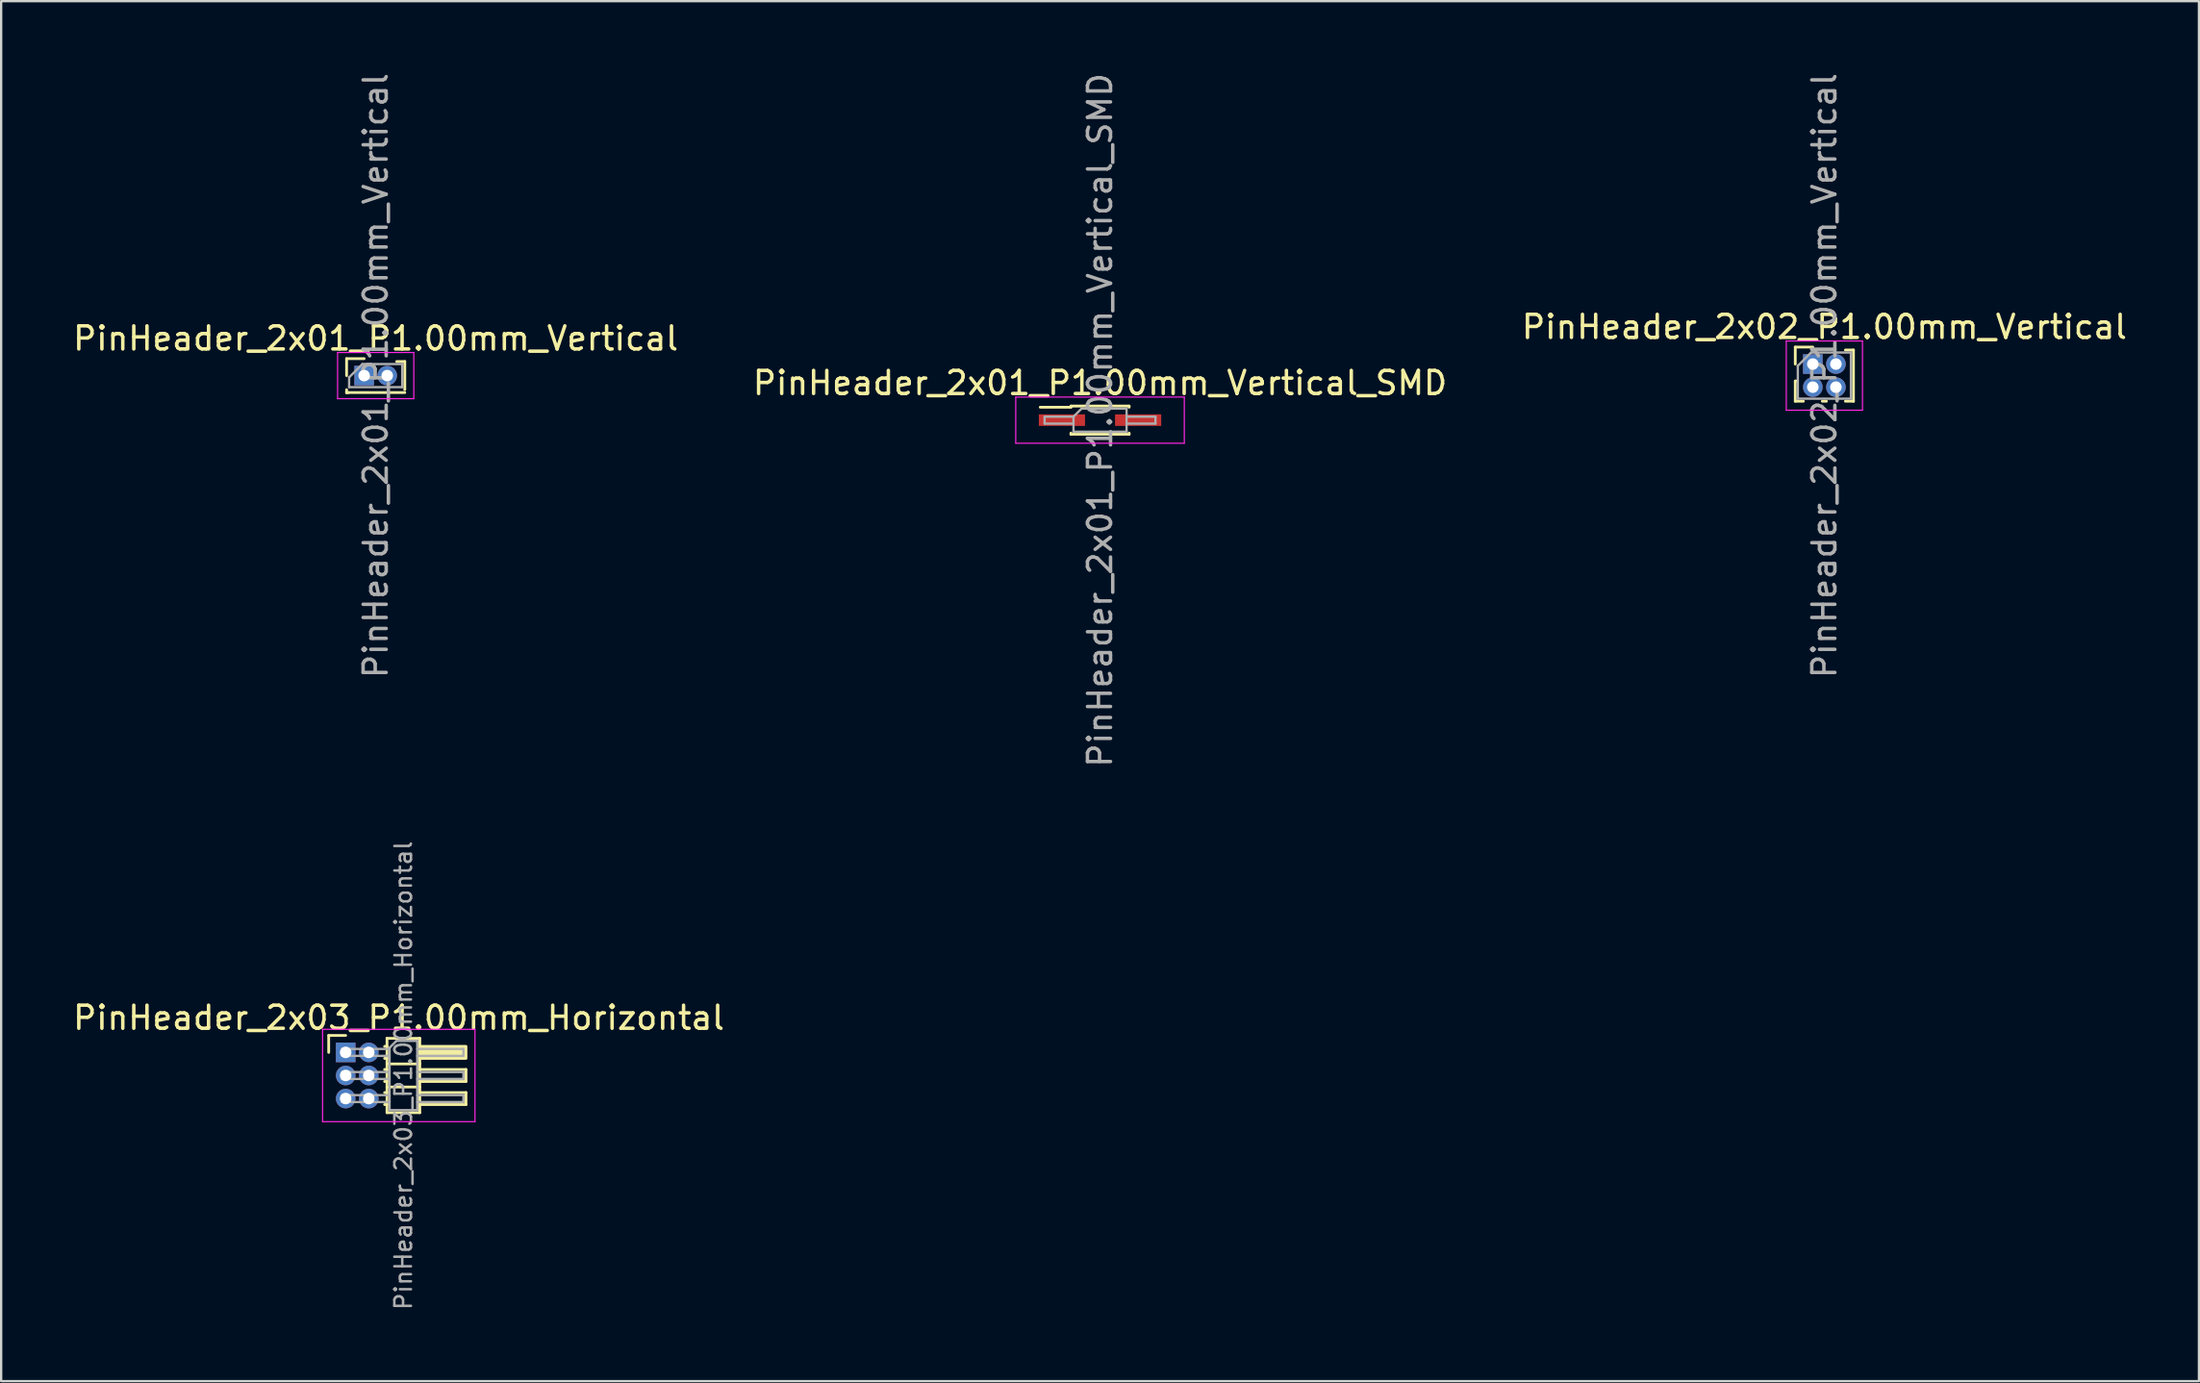
<source format=kicad_pcb>
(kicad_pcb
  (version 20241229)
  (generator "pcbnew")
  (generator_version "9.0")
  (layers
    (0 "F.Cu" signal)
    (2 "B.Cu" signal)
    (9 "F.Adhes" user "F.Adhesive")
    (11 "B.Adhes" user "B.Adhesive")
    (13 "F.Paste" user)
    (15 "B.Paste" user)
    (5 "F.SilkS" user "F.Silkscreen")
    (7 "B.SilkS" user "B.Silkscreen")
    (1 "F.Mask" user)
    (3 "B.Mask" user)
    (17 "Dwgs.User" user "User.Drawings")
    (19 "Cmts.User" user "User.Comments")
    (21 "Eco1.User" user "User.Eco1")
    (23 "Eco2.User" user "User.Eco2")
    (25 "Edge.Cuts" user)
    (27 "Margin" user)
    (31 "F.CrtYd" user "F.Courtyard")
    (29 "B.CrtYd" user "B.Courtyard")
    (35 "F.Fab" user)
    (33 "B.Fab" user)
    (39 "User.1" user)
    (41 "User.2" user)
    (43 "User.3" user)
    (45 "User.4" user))
  (footprint "PinHeader_2x01_P1.00mm_Vertical"
    (layer "F.Cu")
    (at 12.72 13.22)
    (property "Reference" "PinHeader_2x01_P1.00mm_Vertical" (at 0.5 -1.61 0) (layer "F.SilkS") (effects (font (size 1 1) (thickness 0.15))))
    (attr through_hole)
    (fp_line (start -0.76 -0.735) (end 0 -0.735) (stroke (width 0.12) (type solid)) (layer "F.SilkS"))
    (fp_line (start -0.76 0) (end -0.76 -0.735) (stroke (width 0.12) (type solid)) (layer "F.SilkS"))
    (fp_line (start -0.76 0.735) (end -0.76 0.61) (stroke (width 0.12) (type solid)) (layer "F.SilkS"))
    (fp_line (start -0.76 0.735) (end -0.686 0.735) (stroke (width 0.12) (type solid)) (layer "F.SilkS"))
    (fp_line (start -0.76 0.735) (end 1.76 0.735) (stroke (width 0.12) (type solid)) (layer "F.SilkS"))
    (fp_line (start 1.41 -0.61) (end 1.76 -0.61) (stroke (width 0.12) (type solid)) (layer "F.SilkS"))
    (fp_line (start 1.76 -0.61) (end 1.76 0.61) (stroke (width 0.12) (type solid)) (layer "F.SilkS"))
    (fp_line (start -1.15 -1) (end -1.15 1) (stroke (width 0.05) (type solid)) (layer "F.CrtYd"))
    (fp_line (start -1.15 1) (end 2.15 1) (stroke (width 0.05) (type solid)) (layer "F.CrtYd"))
    (fp_line (start 2.15 -1) (end -1.15 -1) (stroke (width 0.05) (type solid)) (layer "F.CrtYd"))
    (fp_line (start 2.15 1) (end 2.15 -1) (stroke (width 0.05) (type solid)) (layer "F.CrtYd"))
    (fp_line (start -0.65 0.075) (end -0.075 -0.5) (stroke (width 0.1) (type solid)) (layer "F.Fab"))
    (fp_line (start -0.65 0.5) (end -0.65 0.075) (stroke (width 0.1) (type solid)) (layer "F.Fab"))
    (fp_line (start -0.075 -0.5) (end 1.65 -0.5) (stroke (width 0.1) (type solid)) (layer "F.Fab"))
    (fp_line (start 1.65 -0.5) (end 1.65 0.5) (stroke (width 0.1) (type solid)) (layer "F.Fab"))
    (fp_line (start 1.65 0.5) (end -0.65 0.5) (stroke (width 0.1) (type solid)) (layer "F.Fab"))
    (fp_text user "${REFERENCE}" (at 0.5 0 90) (layer "F.Fab") (effects (font (size 1 1) (thickness 0.15))))
    (pad "1" thru_hole rect (at 0 0) (size 0.85 0.85) (drill 0.5) (layers "*.Cu" "*.Mask"))
    (pad "2" thru_hole circle (at 1 0) (size 0.85 0.85) (drill 0.5) (layers "*.Cu" "*.Mask")))
  (footprint "PinHeader_2x03_P1.00mm_Horizontal"
    (layer "F.Cu")
    (at 11.92 42.536)
    (property "Reference" "PinHeader_2x03_P1.00mm_Horizontal" (at 2.3 -1.5 0) (layer "F.SilkS") (effects (font (size 1 1) (thickness 0.15))))
    (attr through_hole)
    (fp_line (start -0.735 -0.735) (end 0 -0.735) (stroke (width 0.12) (type solid)) (layer "F.SilkS"))
    (fp_line (start -0.735 0) (end -0.735 -0.735) (stroke (width 0.12) (type solid)) (layer "F.SilkS"))
    (fp_line (start 1.687 -0.26) (end 1.79 -0.26) (stroke (width 0.12) (type solid)) (layer "F.SilkS"))
    (fp_line (start 1.687 0.26) (end 1.79 0.26) (stroke (width 0.12) (type solid)) (layer "F.SilkS"))
    (fp_line (start 1.687 0.74) (end 1.79 0.74) (stroke (width 0.12) (type solid)) (layer "F.SilkS"))
    (fp_line (start 1.687 1.26) (end 1.79 1.26) (stroke (width 0.12) (type solid)) (layer "F.SilkS"))
    (fp_line (start 1.687 1.74) (end 1.79 1.74) (stroke (width 0.12) (type solid)) (layer "F.SilkS"))
    (fp_line (start 1.687 2.26) (end 1.79 2.26) (stroke (width 0.12) (type solid)) (layer "F.SilkS"))
    (fp_line (start 1.79 -0.61) (end 1.79 2.61) (stroke (width 0.12) (type solid)) (layer "F.SilkS"))
    (fp_line (start 1.79 0.5) (end 3.21 0.5) (stroke (width 0.12) (type solid)) (layer "F.SilkS"))
    (fp_line (start 1.79 1.5) (end 3.21 1.5) (stroke (width 0.12) (type solid)) (layer "F.SilkS"))
    (fp_line (start 1.79 2.61) (end 3.21 2.61) (stroke (width 0.12) (type solid)) (layer "F.SilkS"))
    (fp_line (start 3.21 -0.61) (end 1.79 -0.61) (stroke (width 0.12) (type solid)) (layer "F.SilkS"))
    (fp_line (start 3.21 0.74) (end 5.21 0.74) (stroke (width 0.12) (type solid)) (layer "F.SilkS"))
    (fp_line (start 3.21 1.74) (end 5.21 1.74) (stroke (width 0.12) (type solid)) (layer "F.SilkS"))
    (fp_line (start 3.21 2.61) (end 3.21 -0.61) (stroke (width 0.12) (type solid)) (layer "F.SilkS"))
    (fp_line (start 5.21 0.74) (end 5.21 1.26) (stroke (width 0.12) (type solid)) (layer "F.SilkS"))
    (fp_line (start 5.21 1.26) (end 3.21 1.26) (stroke (width 0.12) (type solid)) (layer "F.SilkS"))
    (fp_line (start 5.21 1.74) (end 5.21 2.26) (stroke (width 0.12) (type solid)) (layer "F.SilkS"))
    (fp_line (start 5.21 2.26) (end 3.21 2.26) (stroke (width 0.12) (type solid)) (layer "F.SilkS"))
    (fp_rect (start 3.21 -0.26) (end 5.21 0.26) (stroke (width 0.12) (type solid)) (fill yes) (layer "F.SilkS"))
    (fp_line (start -1 -1) (end -1 3) (stroke (width 0.05) (type solid)) (layer "F.CrtYd"))
    (fp_line (start -1 3) (end 5.6 3) (stroke (width 0.05) (type solid)) (layer "F.CrtYd"))
    (fp_line (start 5.6 -1) (end -1 -1) (stroke (width 0.05) (type solid)) (layer "F.CrtYd"))
    (fp_line (start 5.6 3) (end 5.6 -1) (stroke (width 0.05) (type solid)) (layer "F.CrtYd"))
    (fp_line (start -0.15 -0.15) (end -0.15 0.15) (stroke (width 0.1) (type solid)) (layer "F.Fab"))
    (fp_line (start -0.15 -0.15) (end 1.9 -0.15) (stroke (width 0.1) (type solid)) (layer "F.Fab"))
    (fp_line (start -0.15 0.15) (end 1.9 0.15) (stroke (width 0.1) (type solid)) (layer "F.Fab"))
    (fp_line (start -0.15 0.85) (end -0.15 1.15) (stroke (width 0.1) (type solid)) (layer "F.Fab"))
    (fp_line (start -0.15 0.85) (end 1.9 0.85) (stroke (width 0.1) (type solid)) (layer "F.Fab"))
    (fp_line (start -0.15 1.15) (end 1.9 1.15) (stroke (width 0.1) (type solid)) (layer "F.Fab"))
    (fp_line (start -0.15 1.85) (end -0.15 2.15) (stroke (width 0.1) (type solid)) (layer "F.Fab"))
    (fp_line (start -0.15 1.85) (end 1.9 1.85) (stroke (width 0.1) (type solid)) (layer "F.Fab"))
    (fp_line (start -0.15 2.15) (end 1.9 2.15) (stroke (width 0.1) (type solid)) (layer "F.Fab"))
    (fp_line (start 1.9 -0.2) (end 2.2 -0.5) (stroke (width 0.1) (type solid)) (layer "F.Fab"))
    (fp_line (start 1.9 2.5) (end 1.9 -0.2) (stroke (width 0.1) (type solid)) (layer "F.Fab"))
    (fp_line (start 2.2 -0.5) (end 3.1 -0.5) (stroke (width 0.1) (type solid)) (layer "F.Fab"))
    (fp_line (start 3.1 -0.5) (end 3.1 2.5) (stroke (width 0.1) (type solid)) (layer "F.Fab"))
    (fp_line (start 3.1 -0.15) (end 5.1 -0.15) (stroke (width 0.1) (type solid)) (layer "F.Fab"))
    (fp_line (start 3.1 0.15) (end 5.1 0.15) (stroke (width 0.1) (type solid)) (layer "F.Fab"))
    (fp_line (start 3.1 0.85) (end 5.1 0.85) (stroke (width 0.1) (type solid)) (layer "F.Fab"))
    (fp_line (start 3.1 1.15) (end 5.1 1.15) (stroke (width 0.1) (type solid)) (layer "F.Fab"))
    (fp_line (start 3.1 1.85) (end 5.1 1.85) (stroke (width 0.1) (type solid)) (layer "F.Fab"))
    (fp_line (start 3.1 2.15) (end 5.1 2.15) (stroke (width 0.1) (type solid)) (layer "F.Fab"))
    (fp_line (start 3.1 2.5) (end 1.9 2.5) (stroke (width 0.1) (type solid)) (layer "F.Fab"))
    (fp_line (start 5.1 -0.15) (end 5.1 0.15) (stroke (width 0.1) (type solid)) (layer "F.Fab"))
    (fp_line (start 5.1 0.85) (end 5.1 1.15) (stroke (width 0.1) (type solid)) (layer "F.Fab"))
    (fp_line (start 5.1 1.85) (end 5.1 2.15) (stroke (width 0.1) (type solid)) (layer "F.Fab"))
    (fp_text user "${REFERENCE}" (at 2.5 1 90) (layer "F.Fab") (effects (font (size 0.72 0.72) (thickness 0.108))))
    (pad "1" thru_hole rect (at 0 0) (size 0.85 0.85) (drill 0.5) (layers "*.Cu" "*.Mask"))
    (pad "2" thru_hole circle (at 1 0) (size 0.85 0.85) (drill 0.5) (layers "*.Cu" "*.Mask"))
    (pad "3" thru_hole circle (at 0 1) (size 0.85 0.85) (drill 0.5) (layers "*.Cu" "*.Mask"))
    (pad "4" thru_hole circle (at 1 1) (size 0.85 0.85) (drill 0.5) (layers "*.Cu" "*.Mask"))
    (pad "5" thru_hole circle (at 0 2) (size 0.85 0.85) (drill 0.5) (layers "*.Cu" "*.Mask"))
    (pad "6" thru_hole circle (at 1 2) (size 0.85 0.85) (drill 0.5) (layers "*.Cu" "*.Mask")))
  (footprint "PinHeader_2x02_P1.00mm_Vertical"
    (layer "F.Cu")
    (at 75.458 12.72)
    (property "Reference" "PinHeader_2x02_P1.00mm_Vertical" (at 0.5 -1.61 0) (layer "F.SilkS") (effects (font (size 1 1) (thickness 0.15))))
    (attr through_hole)
    (fp_line (start -0.76 -0.735) (end 0 -0.735) (stroke (width 0.12) (type solid)) (layer "F.SilkS"))
    (fp_line (start -0.76 0) (end -0.76 -0.735) (stroke (width 0.12) (type solid)) (layer "F.SilkS"))
    (fp_line (start -0.76 0.735) (end -0.76 1.61) (stroke (width 0.12) (type solid)) (layer "F.SilkS"))
    (fp_line (start -0.76 0.735) (end -0.686 0.735) (stroke (width 0.12) (type solid)) (layer "F.SilkS"))
    (fp_line (start -0.76 1.61) (end -0.41 1.61) (stroke (width 0.12) (type solid)) (layer "F.SilkS"))
    (fp_line (start 0.41 1.61) (end 0.59 1.61) (stroke (width 0.12) (type solid)) (layer "F.SilkS"))
    (fp_line (start 1.41 -0.61) (end 1.76 -0.61) (stroke (width 0.12) (type solid)) (layer "F.SilkS"))
    (fp_line (start 1.41 1.61) (end 1.76 1.61) (stroke (width 0.12) (type solid)) (layer "F.SilkS"))
    (fp_line (start 1.76 -0.61) (end 1.76 1.61) (stroke (width 0.12) (type solid)) (layer "F.SilkS"))
    (fp_line (start -1.15 -1) (end -1.15 2) (stroke (width 0.05) (type solid)) (layer "F.CrtYd"))
    (fp_line (start -1.15 2) (end 2.15 2) (stroke (width 0.05) (type solid)) (layer "F.CrtYd"))
    (fp_line (start 2.15 -1) (end -1.15 -1) (stroke (width 0.05) (type solid)) (layer "F.CrtYd"))
    (fp_line (start 2.15 2) (end 2.15 -1) (stroke (width 0.05) (type solid)) (layer "F.CrtYd"))
    (fp_line (start -0.65 0.075) (end -0.075 -0.5) (stroke (width 0.1) (type solid)) (layer "F.Fab"))
    (fp_line (start -0.65 1.5) (end -0.65 0.075) (stroke (width 0.1) (type solid)) (layer "F.Fab"))
    (fp_line (start -0.075 -0.5) (end 1.65 -0.5) (stroke (width 0.1) (type solid)) (layer "F.Fab"))
    (fp_line (start 1.65 -0.5) (end 1.65 1.5) (stroke (width 0.1) (type solid)) (layer "F.Fab"))
    (fp_line (start 1.65 1.5) (end -0.65 1.5) (stroke (width 0.1) (type solid)) (layer "F.Fab"))
    (fp_text user "${REFERENCE}" (at 0.5 0.5 90) (layer "F.Fab") (effects (font (size 1 1) (thickness 0.15))))
    (pad "1" thru_hole rect (at 0 0) (size 0.85 0.85) (drill 0.5) (layers "*.Cu" "*.Mask"))
    (pad "2" thru_hole circle (at 1 0) (size 0.85 0.85) (drill 0.5) (layers "*.Cu" "*.Mask"))
    (pad "3" thru_hole circle (at 0 1) (size 0.85 0.85) (drill 0.5) (layers "*.Cu" "*.Mask"))
    (pad "4" thru_hole circle (at 1 1) (size 0.85 0.85) (drill 0.5) (layers "*.Cu" "*.Mask")))
  (footprint "PinHeader_2x01_P1.00mm_Vertical_SMD"
    (layer "F.Cu")
    (at 44.589 15.149)
    (property "Reference" "PinHeader_2x01_P1.00mm_Vertical_SMD" (at 0 -1.61 0) (layer "F.SilkS") (effects (font (size 1 1) (thickness 0.15))))
    (attr smd)
    (fp_line (start -2.59 -0.56) (end -1.26 -0.56) (stroke (width 0.12) (type solid)) (layer "F.SilkS"))
    (fp_line (start -1.26 -0.61) (end -1.26 -0.56) (stroke (width 0.12) (type solid)) (layer "F.SilkS"))
    (fp_line (start -1.26 -0.61) (end 1.26 -0.61) (stroke (width 0.12) (type solid)) (layer "F.SilkS"))
    (fp_line (start -1.26 0.56) (end -1.26 0.61) (stroke (width 0.12) (type solid)) (layer "F.SilkS"))
    (fp_line (start -1.26 0.61) (end 1.26 0.61) (stroke (width 0.12) (type solid)) (layer "F.SilkS"))
    (fp_line (start 1.26 -0.61) (end 1.26 -0.56) (stroke (width 0.12) (type solid)) (layer "F.SilkS"))
    (fp_line (start 1.26 0.56) (end 1.26 0.61) (stroke (width 0.12) (type solid)) (layer "F.SilkS"))
    (fp_line (start -3.65 -1) (end -3.65 1) (stroke (width 0.05) (type solid)) (layer "F.CrtYd"))
    (fp_line (start -3.65 1) (end 3.65 1) (stroke (width 0.05) (type solid)) (layer "F.CrtYd"))
    (fp_line (start 3.65 -1) (end -3.65 -1) (stroke (width 0.05) (type solid)) (layer "F.CrtYd"))
    (fp_line (start 3.65 1) (end 3.65 -1) (stroke (width 0.05) (type solid)) (layer "F.CrtYd"))
    (fp_line (start -2.4 -0.15) (end -2.4 0.15) (stroke (width 0.1) (type solid)) (layer "F.Fab"))
    (fp_line (start -2.4 0.15) (end -1.15 0.15) (stroke (width 0.1) (type solid)) (layer "F.Fab"))
    (fp_line (start -1.15 -0.15) (end -2.4 -0.15) (stroke (width 0.1) (type solid)) (layer "F.Fab"))
    (fp_line (start -1.15 -0.15) (end -0.8 -0.5) (stroke (width 0.1) (type solid)) (layer "F.Fab"))
    (fp_line (start -1.15 0.5) (end -1.15 -0.15) (stroke (width 0.1) (type solid)) (layer "F.Fab"))
    (fp_line (start -0.8 -0.5) (end 1.15 -0.5) (stroke (width 0.1) (type solid)) (layer "F.Fab"))
    (fp_line (start 1.15 -0.5) (end 1.15 0.5) (stroke (width 0.1) (type solid)) (layer "F.Fab"))
    (fp_line (start 1.15 -0.15) (end 2.4 -0.15) (stroke (width 0.1) (type solid)) (layer "F.Fab"))
    (fp_line (start 1.15 0.5) (end -1.15 0.5) (stroke (width 0.1) (type solid)) (layer "F.Fab"))
    (fp_line (start 2.4 -0.15) (end 2.4 0.15) (stroke (width 0.1) (type solid)) (layer "F.Fab"))
    (fp_line (start 2.4 0.15) (end 1.15 0.15) (stroke (width 0.1) (type solid)) (layer "F.Fab"))
    (fp_text user "${REFERENCE}" (at 0 0 90) (layer "F.Fab") (effects (font (size 1 1) (thickness 0.15))))
    (pad "1" smd rect (at -1.65 0) (size 2 0.5) (layers "F.Cu" "F.Mask" "F.Paste"))
    (pad "2" smd rect (at 1.65 0) (size 2 0.5) (layers "F.Cu" "F.Mask" "F.Paste")))
  (gr_rect
    (start -3 -3)
    (end 92.179 56.775)
    (stroke (width 0.1) (type default))
    (fill no)
    (layer "Edge.Cuts")))
</source>
